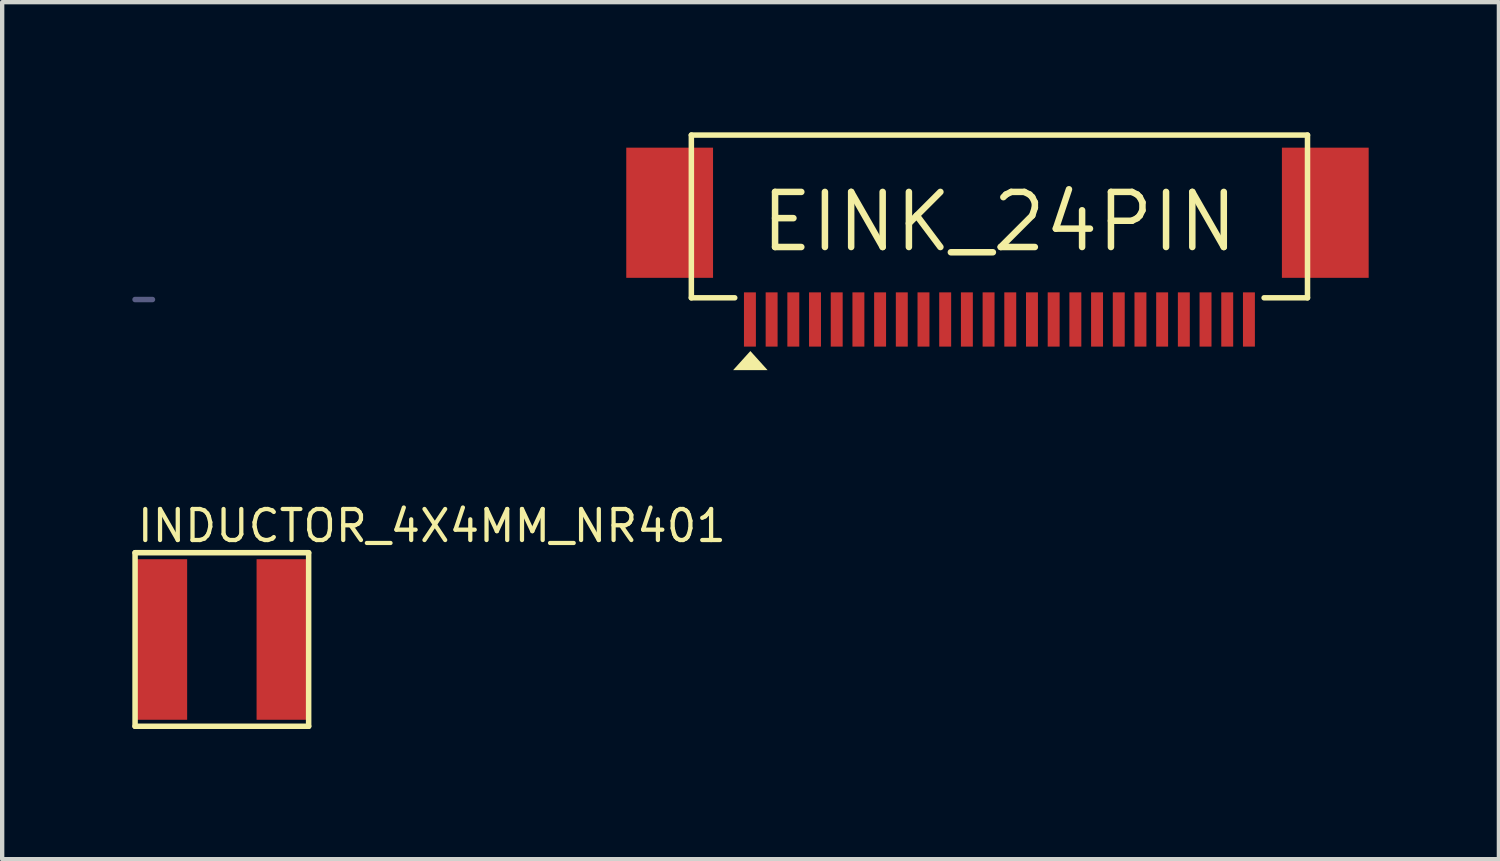
<source format=kicad_pcb>
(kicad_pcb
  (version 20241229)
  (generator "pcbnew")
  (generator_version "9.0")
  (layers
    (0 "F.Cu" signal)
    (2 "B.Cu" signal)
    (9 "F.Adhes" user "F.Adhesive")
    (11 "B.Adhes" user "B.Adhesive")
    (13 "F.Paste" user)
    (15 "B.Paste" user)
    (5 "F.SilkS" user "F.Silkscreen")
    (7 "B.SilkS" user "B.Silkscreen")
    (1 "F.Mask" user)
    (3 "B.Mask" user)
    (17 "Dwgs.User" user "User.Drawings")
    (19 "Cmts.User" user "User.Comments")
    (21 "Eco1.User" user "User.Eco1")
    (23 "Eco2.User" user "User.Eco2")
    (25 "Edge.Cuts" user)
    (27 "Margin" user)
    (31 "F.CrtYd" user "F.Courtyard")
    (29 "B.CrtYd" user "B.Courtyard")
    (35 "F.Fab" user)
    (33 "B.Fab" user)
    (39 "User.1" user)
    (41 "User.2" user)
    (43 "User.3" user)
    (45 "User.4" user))
  (footprint "INDUCTOR_4X4MM_NR401"
    (layer "F.Cu")
    (at 2.063 11.688)
    (property "Reference" "INDUCTOR_4X4MM_NR401" (at -2 -2.2 0) (unlocked yes) (layer "F.SilkS") (effects (font (size 0.715 0.715) (thickness 0.098)) (justify left bottom)))
    (fp_line (start -2 -2) (end 2 -2) (stroke (width 0.127) (type solid)) (layer "F.SilkS"))
    (fp_line (start -2 2) (end -2 -2) (stroke (width 0.127) (type solid)) (layer "F.SilkS"))
    (fp_line (start 2 -2) (end 2 2) (stroke (width 0.127) (type solid)) (layer "F.SilkS"))
    (fp_line (start 2 2) (end -2 2) (stroke (width 0.127) (type solid)) (layer "F.SilkS"))
    (pad "P$1" smd rect (at -1.4 0) (size 1.2 3.7) (layers "F.Cu" "F.Mask" "F.Paste"))
    (pad "P$2" smd rect (at 1.4 0) (size 1.2 3.7) (layers "F.Cu" "F.Mask" "F.Paste")))
  (footprint "EINK_24PIN"
    (layer "F.Cu")
    (at 19.983 2.063)
    (property "Reference" "EINK_24PIN" (at 0 0 0) (layer "F.SilkS") (effects (font (size 1.27 1.27) (thickness 0.15))))
    (fp_line (start -7.1 -2) (end 7.1 -2) (stroke (width 0.127) (type solid)) (layer "F.SilkS"))
    (fp_line (start -7.1 1.75) (end -7.1 -2) (stroke (width 0.127) (type solid)) (layer "F.SilkS"))
    (fp_line (start -6.1 1.75) (end -7.1 1.75) (stroke (width 0.127) (type solid)) (layer "F.SilkS"))
    (fp_line (start 7.1 -2) (end 7.1 1.75) (stroke (width 0.127) (type solid)) (layer "F.SilkS"))
    (fp_line (start 7.1 1.75) (end 6.1 1.75) (stroke (width 0.127) (type solid)) (layer "F.SilkS"))
    (fp_poly (pts (xy -5.343 3.417) (xy -6.137 3.417) (xy -5.74 2.977)) (stroke (width 0) (type default)) (fill yes) (layer "F.SilkS"))
    (fp_line (start -19.92 1.79) (end -19.52 1.79) (stroke (width 0.127) (type solid)) (layer "B.Fab"))
    (pad "1" smd rect (at -5.75 2.25) (size 0.275 1.25) (layers "F.Cu" "F.Mask" "F.Paste"))
    (pad "2" smd rect (at -5.25 2.25) (size 0.275 1.25) (layers "F.Cu" "F.Mask" "F.Paste"))
    (pad "3" smd rect (at -4.75 2.25) (size 0.275 1.25) (layers "F.Cu" "F.Mask" "F.Paste"))
    (pad "4" smd rect (at -4.25 2.25) (size 0.275 1.25) (layers "F.Cu" "F.Mask" "F.Paste"))
    (pad "5" smd rect (at -3.75 2.25) (size 0.275 1.25) (layers "F.Cu" "F.Mask" "F.Paste"))
    (pad "6" smd rect (at -3.25 2.25) (size 0.275 1.25) (layers "F.Cu" "F.Mask" "F.Paste"))
    (pad "7" smd rect (at -2.75 2.25) (size 0.275 1.25) (layers "F.Cu" "F.Mask" "F.Paste"))
    (pad "8" smd rect (at -2.25 2.25) (size 0.275 1.25) (layers "F.Cu" "F.Mask" "F.Paste"))
    (pad "9" smd rect (at -1.75 2.25) (size 0.275 1.25) (layers "F.Cu" "F.Mask" "F.Paste"))
    (pad "10" smd rect (at -1.25 2.25) (size 0.275 1.25) (layers "F.Cu" "F.Mask" "F.Paste"))
    (pad "11" smd rect (at -0.75 2.25) (size 0.275 1.25) (layers "F.Cu" "F.Mask" "F.Paste"))
    (pad "12" smd rect (at -0.25 2.25) (size 0.275 1.25) (layers "F.Cu" "F.Mask" "F.Paste"))
    (pad "13" smd rect (at 0.25 2.25) (size 0.275 1.25) (layers "F.Cu" "F.Mask" "F.Paste"))
    (pad "14" smd rect (at 0.75 2.25) (size 0.275 1.25) (layers "F.Cu" "F.Mask" "F.Paste"))
    (pad "15" smd rect (at 1.25 2.25) (size 0.275 1.25) (layers "F.Cu" "F.Mask" "F.Paste"))
    (pad "16" smd rect (at 1.75 2.25) (size 0.275 1.25) (layers "F.Cu" "F.Mask" "F.Paste"))
    (pad "17" smd rect (at 2.25 2.25) (size 0.275 1.25) (layers "F.Cu" "F.Mask" "F.Paste"))
    (pad "18" smd rect (at 2.75 2.25) (size 0.275 1.25) (layers "F.Cu" "F.Mask" "F.Paste"))
    (pad "19" smd rect (at 3.25 2.25) (size 0.275 1.25) (layers "F.Cu" "F.Mask" "F.Paste"))
    (pad "20" smd rect (at 3.75 2.25) (size 0.275 1.25) (layers "F.Cu" "F.Mask" "F.Paste"))
    (pad "21" smd rect (at 4.25 2.25) (size 0.275 1.25) (layers "F.Cu" "F.Mask" "F.Paste"))
    (pad "22" smd rect (at 4.75 2.25) (size 0.275 1.25) (layers "F.Cu" "F.Mask" "F.Paste"))
    (pad "23" smd rect (at 5.25 2.25) (size 0.275 1.25) (layers "F.Cu" "F.Mask" "F.Paste"))
    (pad "24" smd rect (at 5.75 2.25) (size 0.275 1.25) (layers "F.Cu" "F.Mask" "F.Paste"))
    (pad "SPRT1" smd rect (at -7.6 -0.21 270) (size 3 2) (layers "F.Cu" "F.Mask" "F.Paste"))
    (pad "SPRT2" smd rect (at 7.51 -0.21 270) (size 3 2) (layers "F.Cu" "F.Mask" "F.Paste")))
  (gr_rect
    (start -3 -3)
    (end 31.494 16.751)
    (stroke (width 0.1) (type default))
    (fill no)
    (layer "Edge.Cuts")))
</source>
